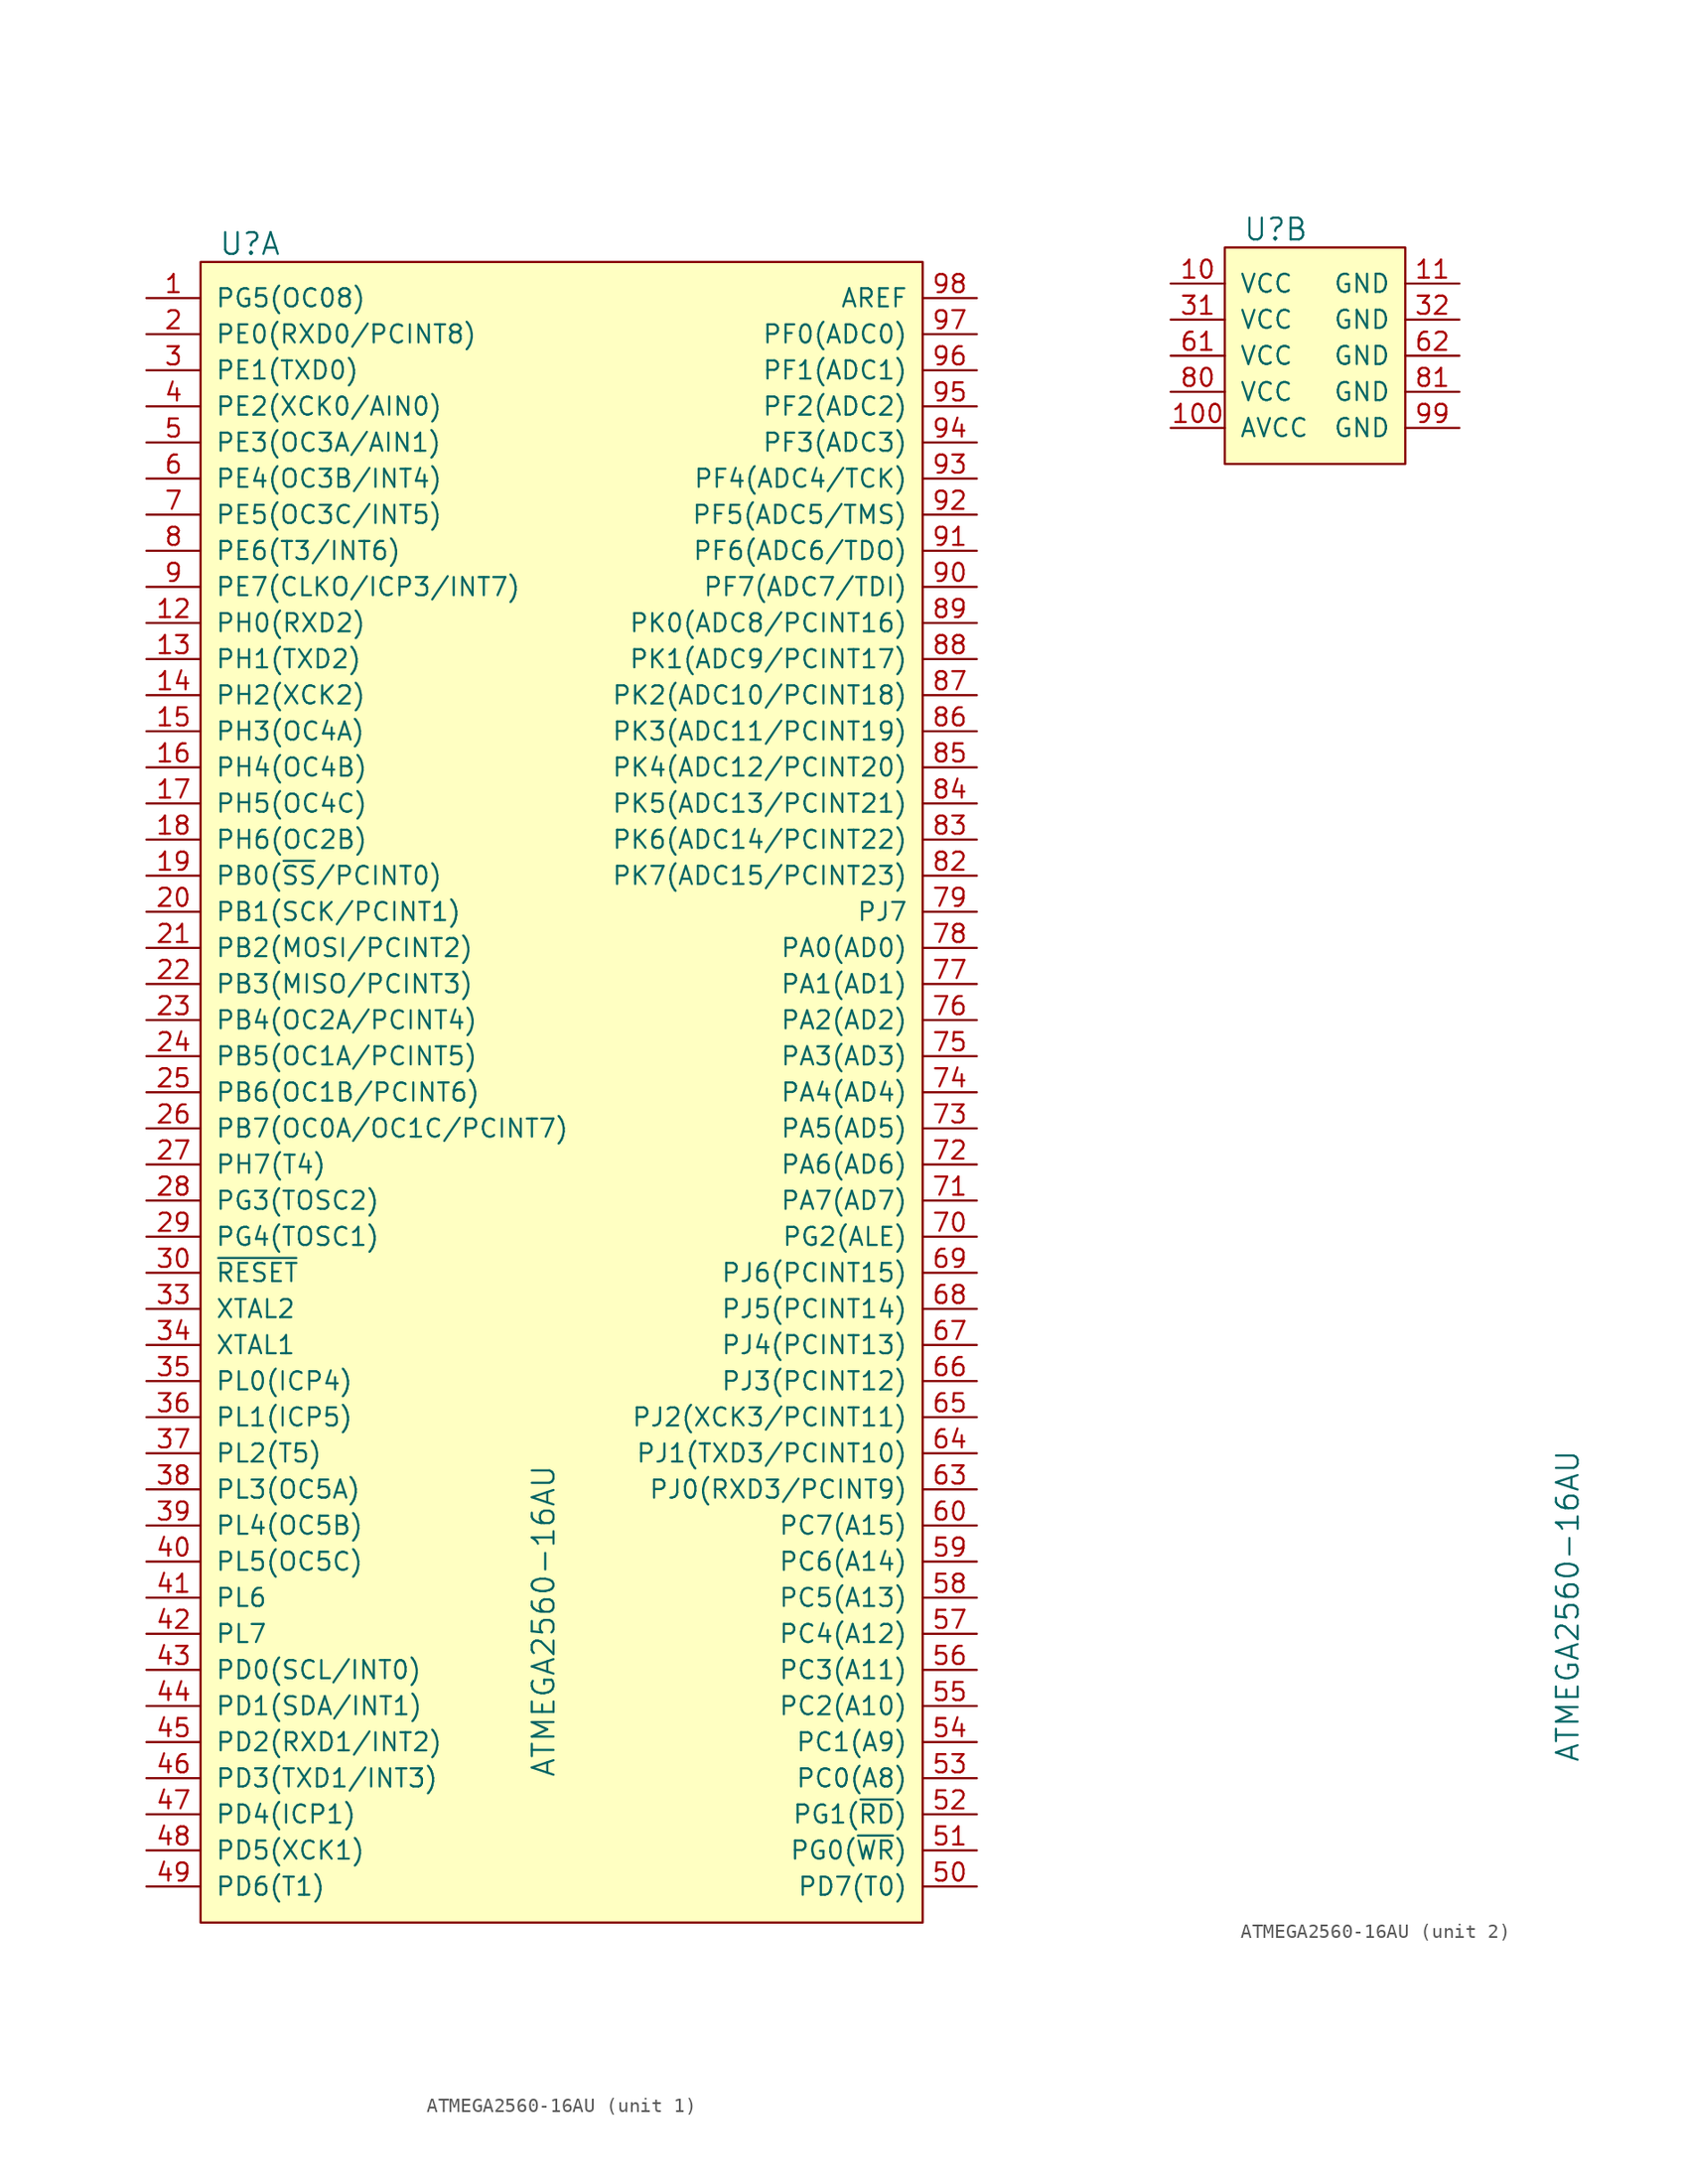
<source format=kicad_sym>
(kicad_symbol_lib
  (version 20201005)
  (generator kicad_symbol_editor)
  (symbol "ATMEGA2560-16AU"
    (pin_names
      (offset 1.016))
    (property "Reference" "U"
      (at 2.54 1.27 0)
      (effects (font (size 1.524 1.524)) (justify left)))
    (property "Value" "ATMEGA2560-16AU"
      (at 25.4 -106.68 90)
      (effects (font (size 1.524 1.524)) (justify left)))
    (property "ki_locked" ""
      (at 0 0 0)
      (effects (font (size 1.27 1.27))))
    (symbol "ATMEGA2560-16AU_1_1"
      (rectangle (start 1.27 0) (end 52.07 -116.84) (stroke (width 0)) (fill (type background)))
      (pin bidirectional line (at -2.54 -2.54 0) (length 3.81) (name "PG5(OC08)" (effects (font (size 1.27 1.27)))) (number "1" (effects (font (size 1.27 1.27)))))
      (pin bidirectional line (at -2.54 -5.08 0) (length 3.81) (name "PE0(RXD0/PCINT8)" (effects (font (size 1.27 1.27)))) (number "2" (effects (font (size 1.27 1.27)))))
      (pin bidirectional line (at -2.54 -7.62 0) (length 3.81) (name "PE1(TXD0)" (effects (font (size 1.27 1.27)))) (number "3" (effects (font (size 1.27 1.27)))))
      (pin bidirectional line (at -2.54 -10.16 0) (length 3.81) (name "PE2(XCK0/AIN0)" (effects (font (size 1.27 1.27)))) (number "4" (effects (font (size 1.27 1.27)))))
      (pin bidirectional line (at -2.54 -12.7 0) (length 3.81) (name "PE3(OC3A/AIN1)" (effects (font (size 1.27 1.27)))) (number "5" (effects (font (size 1.27 1.27)))))
      (pin bidirectional line (at -2.54 -15.24 0) (length 3.81) (name "PE4(OC3B/INT4)" (effects (font (size 1.27 1.27)))) (number "6" (effects (font (size 1.27 1.27)))))
      (pin bidirectional line (at -2.54 -17.78 0) (length 3.81) (name "PE5(OC3C/INT5)" (effects (font (size 1.27 1.27)))) (number "7" (effects (font (size 1.27 1.27)))))
      (pin bidirectional line (at -2.54 -20.32 0) (length 3.81) (name "PE6(T3/INT6)" (effects (font (size 1.27 1.27)))) (number "8" (effects (font (size 1.27 1.27)))))
      (pin bidirectional line (at -2.54 -22.86 0) (length 3.81) (name "PE7(CLKO/ICP3/INT7)" (effects (font (size 1.27 1.27)))) (number "9" (effects (font (size 1.27 1.27)))))
      (pin bidirectional line (at -2.54 -45.72 0) (length 3.81) (name "PB1(SCK/PCINT1)" (effects (font (size 1.27 1.27)))) (number "20" (effects (font (size 1.27 1.27)))))
      (pin input line (at -2.54 -71.12 0) (length 3.81) (name "~RESET" (effects (font (size 1.27 1.27)))) (number "30" (effects (font (size 1.27 1.27)))))
      (pin bidirectional line (at -2.54 -91.44 0) (length 3.81) (name "PL5(OC5C)" (effects (font (size 1.27 1.27)))) (number "40" (effects (font (size 1.27 1.27)))))
      (pin bidirectional line (at 55.88 -114.3 180) (length 3.81) (name "PD7(T0)" (effects (font (size 1.27 1.27)))) (number "50" (effects (font (size 1.27 1.27)))))
      (pin bidirectional line (at 55.88 -88.9 180) (length 3.81) (name "PC7(A15)" (effects (font (size 1.27 1.27)))) (number "60" (effects (font (size 1.27 1.27)))))
      (pin bidirectional line (at 55.88 -68.58 180) (length 3.81) (name "PG2(ALE)" (effects (font (size 1.27 1.27)))) (number "70" (effects (font (size 1.27 1.27)))))
      (pin bidirectional line (at 55.88 -22.86 180) (length 3.81) (name "PF7(ADC7/TDI)" (effects (font (size 1.27 1.27)))) (number "90" (effects (font (size 1.27 1.27)))))
      (pin bidirectional line (at -2.54 -48.26 0) (length 3.81) (name "PB2(MOSI/PCINT2)" (effects (font (size 1.27 1.27)))) (number "21" (effects (font (size 1.27 1.27)))))
      (pin bidirectional line (at -2.54 -93.98 0) (length 3.81) (name "PL6" (effects (font (size 1.27 1.27)))) (number "41" (effects (font (size 1.27 1.27)))))
      (pin bidirectional line (at 55.88 -111.76 180) (length 3.81) (name "PG0(~WR~)" (effects (font (size 1.27 1.27)))) (number "51" (effects (font (size 1.27 1.27)))))
      (pin bidirectional line (at 55.88 -66.04 180) (length 3.81) (name "PA7(AD7)" (effects (font (size 1.27 1.27)))) (number "71" (effects (font (size 1.27 1.27)))))
      (pin bidirectional line (at 55.88 -20.32 180) (length 3.81) (name "PF6(ADC6/TDO)" (effects (font (size 1.27 1.27)))) (number "91" (effects (font (size 1.27 1.27)))))
      (pin bidirectional line (at -2.54 -25.4 0) (length 3.81) (name "PH0(RXD2)" (effects (font (size 1.27 1.27)))) (number "12" (effects (font (size 1.27 1.27)))))
      (pin bidirectional line (at -2.54 -50.8 0) (length 3.81) (name "PB3(MISO/PCINT3)" (effects (font (size 1.27 1.27)))) (number "22" (effects (font (size 1.27 1.27)))))
      (pin bidirectional line (at -2.54 -96.52 0) (length 3.81) (name "PL7" (effects (font (size 1.27 1.27)))) (number "42" (effects (font (size 1.27 1.27)))))
      (pin bidirectional line (at 55.88 -109.22 180) (length 3.81) (name "PG1(~RD~)" (effects (font (size 1.27 1.27)))) (number "52" (effects (font (size 1.27 1.27)))))
      (pin bidirectional line (at 55.88 -63.5 180) (length 3.81) (name "PA6(AD6)" (effects (font (size 1.27 1.27)))) (number "72" (effects (font (size 1.27 1.27)))))
      (pin bidirectional line (at 55.88 -43.18 180) (length 3.81) (name "PK7(ADC15/PCINT23)" (effects (font (size 1.27 1.27)))) (number "82" (effects (font (size 1.27 1.27)))))
      (pin bidirectional line (at 55.88 -17.78 180) (length 3.81) (name "PF5(ADC5/TMS)" (effects (font (size 1.27 1.27)))) (number "92" (effects (font (size 1.27 1.27)))))
      (pin bidirectional line (at -2.54 -27.94 0) (length 3.81) (name "PH1(TXD2)" (effects (font (size 1.27 1.27)))) (number "13" (effects (font (size 1.27 1.27)))))
      (pin bidirectional line (at -2.54 -53.34 0) (length 3.81) (name "PB4(OC2A/PCINT4)" (effects (font (size 1.27 1.27)))) (number "23" (effects (font (size 1.27 1.27)))))
      (pin input line (at -2.54 -73.66 0) (length 3.81) (name "XTAL2" (effects (font (size 1.27 1.27)))) (number "33" (effects (font (size 1.27 1.27)))))
      (pin bidirectional line (at -2.54 -99.06 0) (length 3.81) (name "PD0(SCL/INT0)" (effects (font (size 1.27 1.27)))) (number "43" (effects (font (size 1.27 1.27)))))
      (pin bidirectional line (at 55.88 -106.68 180) (length 3.81) (name "PC0(A8)" (effects (font (size 1.27 1.27)))) (number "53" (effects (font (size 1.27 1.27)))))
      (pin bidirectional line (at 55.88 -86.36 180) (length 3.81) (name "PJ0(RXD3/PCINT9)" (effects (font (size 1.27 1.27)))) (number "63" (effects (font (size 1.27 1.27)))))
      (pin bidirectional line (at 55.88 -60.96 180) (length 3.81) (name "PA5(AD5)" (effects (font (size 1.27 1.27)))) (number "73" (effects (font (size 1.27 1.27)))))
      (pin bidirectional line (at 55.88 -40.64 180) (length 3.81) (name "PK6(ADC14/PCINT22)" (effects (font (size 1.27 1.27)))) (number "83" (effects (font (size 1.27 1.27)))))
      (pin bidirectional line (at 55.88 -15.24 180) (length 3.81) (name "PF4(ADC4/TCK)" (effects (font (size 1.27 1.27)))) (number "93" (effects (font (size 1.27 1.27)))))
      (pin bidirectional line (at -2.54 -30.48 0) (length 3.81) (name "PH2(XCK2)" (effects (font (size 1.27 1.27)))) (number "14" (effects (font (size 1.27 1.27)))))
      (pin bidirectional line (at -2.54 -55.88 0) (length 3.81) (name "PB5(OC1A/PCINT5)" (effects (font (size 1.27 1.27)))) (number "24" (effects (font (size 1.27 1.27)))))
      (pin output line (at -2.54 -76.2 0) (length 3.81) (name "XTAL1" (effects (font (size 1.27 1.27)))) (number "34" (effects (font (size 1.27 1.27)))))
      (pin bidirectional line (at -2.54 -101.6 0) (length 3.81) (name "PD1(SDA/INT1)" (effects (font (size 1.27 1.27)))) (number "44" (effects (font (size 1.27 1.27)))))
      (pin bidirectional line (at 55.88 -104.14 180) (length 3.81) (name "PC1(A9)" (effects (font (size 1.27 1.27)))) (number "54" (effects (font (size 1.27 1.27)))))
      (pin bidirectional line (at 55.88 -83.82 180) (length 3.81) (name "PJ1(TXD3/PCINT10)" (effects (font (size 1.27 1.27)))) (number "64" (effects (font (size 1.27 1.27)))))
      (pin bidirectional line (at 55.88 -58.42 180) (length 3.81) (name "PA4(AD4)" (effects (font (size 1.27 1.27)))) (number "74" (effects (font (size 1.27 1.27)))))
      (pin bidirectional line (at 55.88 -38.1 180) (length 3.81) (name "PK5(ADC13/PCINT21)" (effects (font (size 1.27 1.27)))) (number "84" (effects (font (size 1.27 1.27)))))
      (pin bidirectional line (at 55.88 -12.7 180) (length 3.81) (name "PF3(ADC3)" (effects (font (size 1.27 1.27)))) (number "94" (effects (font (size 1.27 1.27)))))
      (pin bidirectional line (at -2.54 -33.02 0) (length 3.81) (name "PH3(OC4A)" (effects (font (size 1.27 1.27)))) (number "15" (effects (font (size 1.27 1.27)))))
      (pin bidirectional line (at -2.54 -58.42 0) (length 3.81) (name "PB6(OC1B/PCINT6)" (effects (font (size 1.27 1.27)))) (number "25" (effects (font (size 1.27 1.27)))))
      (pin bidirectional line (at -2.54 -78.74 0) (length 3.81) (name "PL0(ICP4)" (effects (font (size 1.27 1.27)))) (number "35" (effects (font (size 1.27 1.27)))))
      (pin bidirectional line (at -2.54 -104.14 0) (length 3.81) (name "PD2(RXD1/INT2)" (effects (font (size 1.27 1.27)))) (number "45" (effects (font (size 1.27 1.27)))))
      (pin bidirectional line (at 55.88 -101.6 180) (length 3.81) (name "PC2(A10)" (effects (font (size 1.27 1.27)))) (number "55" (effects (font (size 1.27 1.27)))))
      (pin bidirectional line (at 55.88 -81.28 180) (length 3.81) (name "PJ2(XCK3/PCINT11)" (effects (font (size 1.27 1.27)))) (number "65" (effects (font (size 1.27 1.27)))))
      (pin bidirectional line (at 55.88 -55.88 180) (length 3.81) (name "PA3(AD3)" (effects (font (size 1.27 1.27)))) (number "75" (effects (font (size 1.27 1.27)))))
      (pin bidirectional line (at 55.88 -35.56 180) (length 3.81) (name "PK4(ADC12/PCINT20)" (effects (font (size 1.27 1.27)))) (number "85" (effects (font (size 1.27 1.27)))))
      (pin bidirectional line (at 55.88 -10.16 180) (length 3.81) (name "PF2(ADC2)" (effects (font (size 1.27 1.27)))) (number "95" (effects (font (size 1.27 1.27)))))
      (pin bidirectional line (at -2.54 -35.56 0) (length 3.81) (name "PH4(OC4B)" (effects (font (size 1.27 1.27)))) (number "16" (effects (font (size 1.27 1.27)))))
      (pin bidirectional line (at -2.54 -60.96 0) (length 3.81) (name "PB7(OC0A/OC1C/PCINT7)" (effects (font (size 1.27 1.27)))) (number "26" (effects (font (size 1.27 1.27)))))
      (pin bidirectional line (at -2.54 -81.28 0) (length 3.81) (name "PL1(ICP5)" (effects (font (size 1.27 1.27)))) (number "36" (effects (font (size 1.27 1.27)))))
      (pin bidirectional line (at -2.54 -106.68 0) (length 3.81) (name "PD3(TXD1/INT3)" (effects (font (size 1.27 1.27)))) (number "46" (effects (font (size 1.27 1.27)))))
      (pin bidirectional line (at 55.88 -99.06 180) (length 3.81) (name "PC3(A11)" (effects (font (size 1.27 1.27)))) (number "56" (effects (font (size 1.27 1.27)))))
      (pin bidirectional line (at 55.88 -78.74 180) (length 3.81) (name "PJ3(PCINT12)" (effects (font (size 1.27 1.27)))) (number "66" (effects (font (size 1.27 1.27)))))
      (pin bidirectional line (at 55.88 -53.34 180) (length 3.81) (name "PA2(AD2)" (effects (font (size 1.27 1.27)))) (number "76" (effects (font (size 1.27 1.27)))))
      (pin bidirectional line (at 55.88 -33.02 180) (length 3.81) (name "PK3(ADC11/PCINT19)" (effects (font (size 1.27 1.27)))) (number "86" (effects (font (size 1.27 1.27)))))
      (pin bidirectional line (at 55.88 -7.62 180) (length 3.81) (name "PF1(ADC1)" (effects (font (size 1.27 1.27)))) (number "96" (effects (font (size 1.27 1.27)))))
      (pin bidirectional line (at -2.54 -38.1 0) (length 3.81) (name "PH5(OC4C)" (effects (font (size 1.27 1.27)))) (number "17" (effects (font (size 1.27 1.27)))))
      (pin bidirectional line (at -2.54 -63.5 0) (length 3.81) (name "PH7(T4)" (effects (font (size 1.27 1.27)))) (number "27" (effects (font (size 1.27 1.27)))))
      (pin bidirectional line (at -2.54 -83.82 0) (length 3.81) (name "PL2(T5)" (effects (font (size 1.27 1.27)))) (number "37" (effects (font (size 1.27 1.27)))))
      (pin bidirectional line (at -2.54 -109.22 0) (length 3.81) (name "PD4(ICP1)" (effects (font (size 1.27 1.27)))) (number "47" (effects (font (size 1.27 1.27)))))
      (pin bidirectional line (at 55.88 -96.52 180) (length 3.81) (name "PC4(A12)" (effects (font (size 1.27 1.27)))) (number "57" (effects (font (size 1.27 1.27)))))
      (pin bidirectional line (at 55.88 -76.2 180) (length 3.81) (name "PJ4(PCINT13)" (effects (font (size 1.27 1.27)))) (number "67" (effects (font (size 1.27 1.27)))))
      (pin bidirectional line (at 55.88 -50.8 180) (length 3.81) (name "PA1(AD1)" (effects (font (size 1.27 1.27)))) (number "77" (effects (font (size 1.27 1.27)))))
      (pin bidirectional line (at 55.88 -30.48 180) (length 3.81) (name "PK2(ADC10/PCINT18)" (effects (font (size 1.27 1.27)))) (number "87" (effects (font (size 1.27 1.27)))))
      (pin bidirectional line (at 55.88 -5.08 180) (length 3.81) (name "PF0(ADC0)" (effects (font (size 1.27 1.27)))) (number "97" (effects (font (size 1.27 1.27)))))
      (pin bidirectional line (at -2.54 -40.64 0) (length 3.81) (name "PH6(OC2B)" (effects (font (size 1.27 1.27)))) (number "18" (effects (font (size 1.27 1.27)))))
      (pin bidirectional line (at -2.54 -66.04 0) (length 3.81) (name "PG3(TOSC2)" (effects (font (size 1.27 1.27)))) (number "28" (effects (font (size 1.27 1.27)))))
      (pin bidirectional line (at -2.54 -86.36 0) (length 3.81) (name "PL3(OC5A)" (effects (font (size 1.27 1.27)))) (number "38" (effects (font (size 1.27 1.27)))))
      (pin bidirectional line (at -2.54 -111.76 0) (length 3.81) (name "PD5(XCK1)" (effects (font (size 1.27 1.27)))) (number "48" (effects (font (size 1.27 1.27)))))
      (pin bidirectional line (at 55.88 -93.98 180) (length 3.81) (name "PC5(A13)" (effects (font (size 1.27 1.27)))) (number "58" (effects (font (size 1.27 1.27)))))
      (pin bidirectional line (at 55.88 -73.66 180) (length 3.81) (name "PJ5(PCINT14)" (effects (font (size 1.27 1.27)))) (number "68" (effects (font (size 1.27 1.27)))))
      (pin bidirectional line (at 55.88 -48.26 180) (length 3.81) (name "PA0(AD0)" (effects (font (size 1.27 1.27)))) (number "78" (effects (font (size 1.27 1.27)))))
      (pin bidirectional line (at 55.88 -27.94 180) (length 3.81) (name "PK1(ADC9/PCINT17)" (effects (font (size 1.27 1.27)))) (number "88" (effects (font (size 1.27 1.27)))))
      (pin bidirectional line (at 55.88 -2.54 180) (length 3.81) (name "AREF" (effects (font (size 1.27 1.27)))) (number "98" (effects (font (size 1.27 1.27)))))
      (pin bidirectional line (at -2.54 -43.18 0) (length 3.81) (name "PB0(~SS~/PCINT0)" (effects (font (size 1.27 1.27)))) (number "19" (effects (font (size 1.27 1.27)))))
      (pin bidirectional line (at -2.54 -68.58 0) (length 3.81) (name "PG4(TOSC1)" (effects (font (size 1.27 1.27)))) (number "29" (effects (font (size 1.27 1.27)))))
      (pin bidirectional line (at -2.54 -88.9 0) (length 3.81) (name "PL4(OC5B)" (effects (font (size 1.27 1.27)))) (number "39" (effects (font (size 1.27 1.27)))))
      (pin bidirectional line (at -2.54 -114.3 0) (length 3.81) (name "PD6(T1)" (effects (font (size 1.27 1.27)))) (number "49" (effects (font (size 1.27 1.27)))))
      (pin bidirectional line (at 55.88 -91.44 180) (length 3.81) (name "PC6(A14)" (effects (font (size 1.27 1.27)))) (number "59" (effects (font (size 1.27 1.27)))))
      (pin bidirectional line (at 55.88 -71.12 180) (length 3.81) (name "PJ6(PCINT15)" (effects (font (size 1.27 1.27)))) (number "69" (effects (font (size 1.27 1.27)))))
      (pin bidirectional line (at 55.88 -45.72 180) (length 3.81) (name "PJ7" (effects (font (size 1.27 1.27)))) (number "79" (effects (font (size 1.27 1.27)))))
      (pin bidirectional line (at 55.88 -25.4 180) (length 3.81) (name "PK0(ADC8/PCINT16)" (effects (font (size 1.27 1.27)))) (number "89" (effects (font (size 1.27 1.27))))))
    (symbol "ATMEGA2560-16AU_2_1"
      (rectangle (start 1.27 0) (end 13.97 -15.24) (stroke (width 0)) (fill (type background)))
      (pin power_in line (at -2.54 -2.54 0) (length 3.81) (name "VCC" (effects (font (size 1.27 1.27)))) (number "10" (effects (font (size 1.27 1.27)))))
      (pin power_in line (at -2.54 -10.16 0) (length 3.81) (name "VCC" (effects (font (size 1.27 1.27)))) (number "80" (effects (font (size 1.27 1.27)))))
      (pin power_in line (at 17.78 -2.54 180) (length 3.81) (name "GND" (effects (font (size 1.27 1.27)))) (number "11" (effects (font (size 1.27 1.27)))))
      (pin power_in line (at -2.54 -5.08 0) (length 3.81) (name "VCC" (effects (font (size 1.27 1.27)))) (number "31" (effects (font (size 1.27 1.27)))))
      (pin power_in line (at -2.54 -7.62 0) (length 3.81) (name "VCC" (effects (font (size 1.27 1.27)))) (number "61" (effects (font (size 1.27 1.27)))))
      (pin power_in line (at 17.78 -10.16 180) (length 3.81) (name "GND" (effects (font (size 1.27 1.27)))) (number "81" (effects (font (size 1.27 1.27)))))
      (pin power_in line (at 17.78 -5.08 180) (length 3.81) (name "GND" (effects (font (size 1.27 1.27)))) (number "32" (effects (font (size 1.27 1.27)))))
      (pin power_in line (at 17.78 -7.62 180) (length 3.81) (name "GND" (effects (font (size 1.27 1.27)))) (number "62" (effects (font (size 1.27 1.27)))))
      (pin power_in line (at 17.78 -12.7 180) (length 3.81) (name "GND" (effects (font (size 1.27 1.27)))) (number "99" (effects (font (size 1.27 1.27)))))
      (pin power_in line (at -2.54 -12.7 0) (length 3.81) (name "AVCC" (effects (font (size 1.27 1.27)))) (number "100" (effects (font (size 1.27 1.27))))))))
</source>
